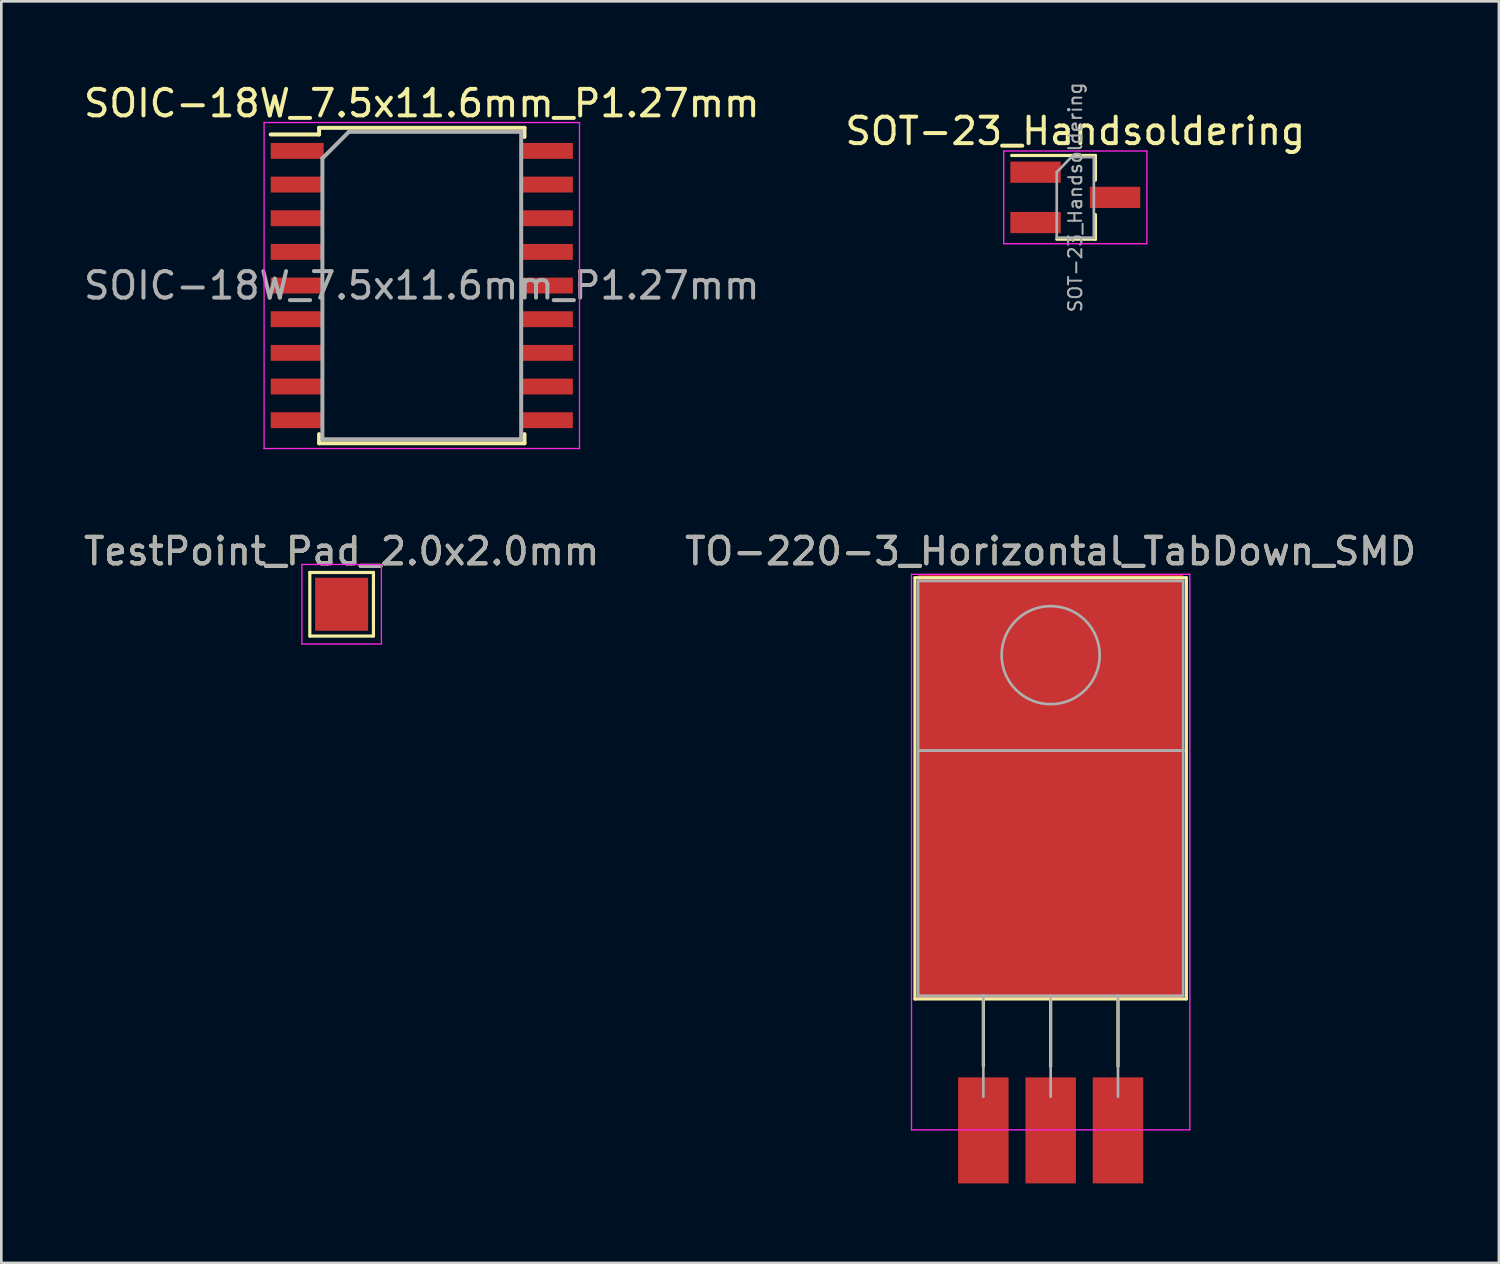
<source format=kicad_pcb>
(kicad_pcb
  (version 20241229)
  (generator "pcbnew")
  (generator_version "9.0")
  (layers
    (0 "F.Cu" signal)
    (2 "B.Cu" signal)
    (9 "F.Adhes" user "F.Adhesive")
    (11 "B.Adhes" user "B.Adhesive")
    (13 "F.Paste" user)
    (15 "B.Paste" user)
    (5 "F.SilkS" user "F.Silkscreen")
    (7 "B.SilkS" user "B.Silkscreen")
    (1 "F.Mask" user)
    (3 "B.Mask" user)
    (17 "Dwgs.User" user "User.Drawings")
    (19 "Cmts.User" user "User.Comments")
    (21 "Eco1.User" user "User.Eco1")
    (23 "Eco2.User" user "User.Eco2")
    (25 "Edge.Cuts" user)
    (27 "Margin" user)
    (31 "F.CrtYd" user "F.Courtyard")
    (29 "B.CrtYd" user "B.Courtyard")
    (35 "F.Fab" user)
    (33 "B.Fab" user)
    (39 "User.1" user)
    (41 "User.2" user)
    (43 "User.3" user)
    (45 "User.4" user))
  (footprint "TO-220-3_Horizontal_TabDown_SMD"
    (layer "F.Cu")
    (at 34.049 38.327)
    (property "Reference" "TO-220-3_Horizontal_TabDown_SMD" (at 2.54 -20.58 0) (layer "F.SilkS") (effects (font (size 1 1) (thickness 0.15))))
    (attr through_hole)
    (fp_line (start -2.58 -19.58) (end -2.58 -3.69) (stroke (width 0.12) (type solid)) (layer "F.SilkS"))
    (fp_line (start -2.58 -19.58) (end 7.66 -19.58) (stroke (width 0.12) (type solid)) (layer "F.SilkS"))
    (fp_line (start -2.58 -3.69) (end 7.66 -3.69) (stroke (width 0.12) (type solid)) (layer "F.SilkS"))
    (fp_line (start 0 -3.69) (end 0 -1.15) (stroke (width 0.12) (type solid)) (layer "F.SilkS"))
    (fp_line (start 2.54 -3.69) (end 2.54 -1.15) (stroke (width 0.12) (type solid)) (layer "F.SilkS"))
    (fp_line (start 5.08 -3.69) (end 5.08 -1.15) (stroke (width 0.12) (type solid)) (layer "F.SilkS"))
    (fp_line (start 7.66 -19.58) (end 7.66 -3.69) (stroke (width 0.12) (type solid)) (layer "F.SilkS"))
    (fp_line (start -2.71 -19.71) (end -2.71 1.25) (stroke (width 0.05) (type solid)) (layer "F.CrtYd"))
    (fp_line (start -2.71 1.25) (end 7.79 1.25) (stroke (width 0.05) (type solid)) (layer "F.CrtYd"))
    (fp_line (start 7.79 -19.71) (end -2.71 -19.71) (stroke (width 0.05) (type solid)) (layer "F.CrtYd"))
    (fp_line (start 7.79 1.25) (end 7.79 -19.71) (stroke (width 0.05) (type solid)) (layer "F.CrtYd"))
    (fp_line (start -2.46 -19.46) (end 7.54 -19.46) (stroke (width 0.1) (type solid)) (layer "F.Fab"))
    (fp_line (start -2.46 -13.06) (end -2.46 -19.46) (stroke (width 0.1) (type solid)) (layer "F.Fab"))
    (fp_line (start -2.46 -13.06) (end 7.54 -13.06) (stroke (width 0.1) (type solid)) (layer "F.Fab"))
    (fp_line (start -2.46 -3.81) (end -2.46 -13.06) (stroke (width 0.1) (type solid)) (layer "F.Fab"))
    (fp_line (start 0 -3.81) (end 0 0) (stroke (width 0.1) (type solid)) (layer "F.Fab"))
    (fp_line (start 2.54 -3.81) (end 2.54 0) (stroke (width 0.1) (type solid)) (layer "F.Fab"))
    (fp_line (start 5.08 -3.81) (end 5.08 0) (stroke (width 0.1) (type solid)) (layer "F.Fab"))
    (fp_line (start 7.54 -19.46) (end 7.54 -13.06) (stroke (width 0.1) (type solid)) (layer "F.Fab"))
    (fp_line (start 7.54 -13.06) (end -2.46 -13.06) (stroke (width 0.1) (type solid)) (layer "F.Fab"))
    (fp_line (start 7.54 -13.06) (end 7.54 -3.81) (stroke (width 0.1) (type solid)) (layer "F.Fab"))
    (fp_line (start 7.54 -3.81) (end -2.46 -3.81) (stroke (width 0.1) (type solid)) (layer "F.Fab"))
    (fp_circle (center 2.54 -16.66) (end 4.39 -16.66) (stroke (width 0.1) (type solid)) (fill no) (layer "F.Fab"))
    (fp_text user "${REFERENCE}" (at 2.54 -20.58 0) (layer "F.Fab") (effects (font (size 1 1) (thickness 0.15))))
    (pad "" smd rect (at 2.54 -11.684) (size 10 16) (layers "F.Cu" "F.Mask" "F.Paste"))
    (pad "1" smd rect (at 0 1.27) (size 1.905 4) (layers "F.Cu" "F.Mask" "F.Paste"))
    (pad "2" smd rect (at 2.54 1.27) (size 1.905 4) (layers "F.Cu" "F.Mask" "F.Paste"))
    (pad "3" smd rect (at 5.08 1.27) (size 1.905 4) (layers "F.Cu" "F.Mask" "F.Paste")))
  (footprint "SOT-23_Handsoldering"
    (layer "F.Cu")
    (at 37.518 4.396)
    (property "Reference" "SOT-23_Handsoldering" (at 0 -2.5 180) (layer "F.SilkS") (effects (font (size 1 1) (thickness 0.15))))
    (attr smd)
    (fp_line (start 0.76 -1.58) (end -2.4 -1.58) (stroke (width 0.12) (type solid)) (layer "F.SilkS"))
    (fp_line (start 0.76 -1.58) (end 0.76 -0.65) (stroke (width 0.12) (type solid)) (layer "F.SilkS"))
    (fp_line (start 0.76 1.58) (end -0.7 1.58) (stroke (width 0.12) (type solid)) (layer "F.SilkS"))
    (fp_line (start 0.76 1.58) (end 0.76 0.65) (stroke (width 0.12) (type solid)) (layer "F.SilkS"))
    (fp_line (start -2.7 -1.75) (end 2.7 -1.75) (stroke (width 0.05) (type solid)) (layer "F.CrtYd"))
    (fp_line (start -2.7 1.75) (end -2.7 -1.75) (stroke (width 0.05) (type solid)) (layer "F.CrtYd"))
    (fp_line (start 2.7 -1.75) (end 2.7 1.75) (stroke (width 0.05) (type solid)) (layer "F.CrtYd"))
    (fp_line (start 2.7 1.75) (end -2.7 1.75) (stroke (width 0.05) (type solid)) (layer "F.CrtYd"))
    (fp_line (start -0.7 -0.95) (end -0.7 1.5) (stroke (width 0.1) (type solid)) (layer "F.Fab"))
    (fp_line (start -0.7 -0.95) (end -0.15 -1.52) (stroke (width 0.1) (type solid)) (layer "F.Fab"))
    (fp_line (start -0.7 1.52) (end 0.7 1.52) (stroke (width 0.1) (type solid)) (layer "F.Fab"))
    (fp_line (start -0.15 -1.52) (end 0.7 -1.52) (stroke (width 0.1) (type solid)) (layer "F.Fab"))
    (fp_line (start 0.7 -1.52) (end 0.7 1.52) (stroke (width 0.1) (type solid)) (layer "F.Fab"))
    (fp_text user "${REFERENCE}" (at 0 0 90) (layer "F.Fab") (effects (font (size 0.5 0.5) (thickness 0.075))))
    (pad "1" smd rect (at -1.5 -0.95) (size 1.9 0.8) (layers "F.Cu" "F.Mask" "F.Paste"))
    (pad "2" smd rect (at -1.5 0.95) (size 1.9 0.8) (layers "F.Cu" "F.Mask" "F.Paste"))
    (pad "3" smd rect (at 1.5 0) (size 1.9 0.8) (layers "F.Cu" "F.Mask" "F.Paste")))
  (footprint "TestPoint_Pad_2.0x2.0mm"
    (layer "F.Cu")
    (at 9.839 19.747)
    (property "Reference" "TestPoint_Pad_2.0x2.0mm" (at 0 -1.998 0) (layer "F.SilkS") (effects (font (size 1 1) (thickness 0.15))))
    (attr exclude_from_pos_files exclude_from_bom)
    (fp_line (start -1.2 -1.2) (end 1.2 -1.2) (stroke (width 0.12) (type solid)) (layer "F.SilkS"))
    (fp_line (start -1.2 1.2) (end -1.2 -1.2) (stroke (width 0.12) (type solid)) (layer "F.SilkS"))
    (fp_line (start 1.2 -1.2) (end 1.2 1.2) (stroke (width 0.12) (type solid)) (layer "F.SilkS"))
    (fp_line (start 1.2 1.2) (end -1.2 1.2) (stroke (width 0.12) (type solid)) (layer "F.SilkS"))
    (fp_line (start -1.5 -1.5) (end -1.5 1.5) (stroke (width 0.05) (type solid)) (layer "F.CrtYd"))
    (fp_line (start -1.5 -1.5) (end 1.5 -1.5) (stroke (width 0.05) (type solid)) (layer "F.CrtYd"))
    (fp_line (start 1.5 1.5) (end -1.5 1.5) (stroke (width 0.05) (type solid)) (layer "F.CrtYd"))
    (fp_line (start 1.5 1.5) (end 1.5 -1.5) (stroke (width 0.05) (type solid)) (layer "F.CrtYd"))
    (fp_text user "${REFERENCE}" (at 0 -2 0) (layer "F.Fab") (effects (font (size 1 1) (thickness 0.15))))
    (pad "1" smd rect (at 0 0) (size 2 2) (layers "F.Cu" "F.Mask")))
  (footprint "SOIC-18W_7.5x11.6mm_P1.27mm"
    (layer "F.Cu")
    (at 12.863 7.723)
    (property "Reference" "SOIC-18W_7.5x11.6mm_P1.27mm" (at 0 -6.875 0) (layer "F.SilkS") (effects (font (size 1 1) (thickness 0.15))))
    (attr smd)
    (fp_line (start -3.875 -5.95) (end -3.875 -5.7) (stroke (width 0.15) (type solid)) (layer "F.SilkS"))
    (fp_line (start -3.875 -5.95) (end 3.875 -5.95) (stroke (width 0.15) (type solid)) (layer "F.SilkS"))
    (fp_line (start -3.875 -5.7) (end -5.7 -5.7) (stroke (width 0.15) (type solid)) (layer "F.SilkS"))
    (fp_line (start -3.875 5.95) (end -3.875 5.605) (stroke (width 0.15) (type solid)) (layer "F.SilkS"))
    (fp_line (start -3.875 5.95) (end 3.875 5.95) (stroke (width 0.15) (type solid)) (layer "F.SilkS"))
    (fp_line (start 3.875 -5.95) (end 3.875 -5.605) (stroke (width 0.15) (type solid)) (layer "F.SilkS"))
    (fp_line (start 3.875 5.95) (end 3.875 5.605) (stroke (width 0.15) (type solid)) (layer "F.SilkS"))
    (fp_line (start -5.95 -6.15) (end -5.95 6.15) (stroke (width 0.05) (type solid)) (layer "F.CrtYd"))
    (fp_line (start -5.95 -6.15) (end 5.95 -6.15) (stroke (width 0.05) (type solid)) (layer "F.CrtYd"))
    (fp_line (start -5.95 6.15) (end 5.95 6.15) (stroke (width 0.05) (type solid)) (layer "F.CrtYd"))
    (fp_line (start 5.95 -6.15) (end 5.95 6.15) (stroke (width 0.05) (type solid)) (layer "F.CrtYd"))
    (fp_line (start -3.75 -4.8) (end -2.75 -5.8) (stroke (width 0.15) (type solid)) (layer "F.Fab"))
    (fp_line (start -3.75 5.8) (end -3.75 -4.8) (stroke (width 0.15) (type solid)) (layer "F.Fab"))
    (fp_line (start -2.75 -5.8) (end 3.75 -5.8) (stroke (width 0.15) (type solid)) (layer "F.Fab"))
    (fp_line (start 3.75 -5.8) (end 3.75 5.8) (stroke (width 0.15) (type solid)) (layer "F.Fab"))
    (fp_line (start 3.75 5.8) (end -3.75 5.8) (stroke (width 0.15) (type solid)) (layer "F.Fab"))
    (fp_text user "${REFERENCE}" (at 0 0 0) (layer "F.Fab") (effects (font (size 1 1) (thickness 0.15))))
    (pad "1" smd rect (at -4.7 -5.08) (size 2 0.6) (layers "F.Cu" "F.Mask" "F.Paste"))
    (pad "2" smd rect (at -4.7 -3.81) (size 2 0.6) (layers "F.Cu" "F.Mask" "F.Paste"))
    (pad "3" smd rect (at -4.7 -2.54) (size 2 0.6) (layers "F.Cu" "F.Mask" "F.Paste"))
    (pad "4" smd rect (at -4.7 -1.27) (size 2 0.6) (layers "F.Cu" "F.Mask" "F.Paste"))
    (pad "5" smd rect (at -4.7 0) (size 2 0.6) (layers "F.Cu" "F.Mask" "F.Paste"))
    (pad "6" smd rect (at -4.7 1.27) (size 2 0.6) (layers "F.Cu" "F.Mask" "F.Paste"))
    (pad "7" smd rect (at -4.7 2.54) (size 2 0.6) (layers "F.Cu" "F.Mask" "F.Paste"))
    (pad "8" smd rect (at -4.7 3.81) (size 2 0.6) (layers "F.Cu" "F.Mask" "F.Paste"))
    (pad "9" smd rect (at -4.7 5.08) (size 2 0.6) (layers "F.Cu" "F.Mask" "F.Paste"))
    (pad "10" smd rect (at 4.7 5.08) (size 2 0.6) (layers "F.Cu" "F.Mask" "F.Paste"))
    (pad "11" smd rect (at 4.7 3.81) (size 2 0.6) (layers "F.Cu" "F.Mask" "F.Paste"))
    (pad "12" smd rect (at 4.7 2.54) (size 2 0.6) (layers "F.Cu" "F.Mask" "F.Paste"))
    (pad "13" smd rect (at 4.7 1.27) (size 2 0.6) (layers "F.Cu" "F.Mask" "F.Paste"))
    (pad "14" smd rect (at 4.7 0) (size 2 0.6) (layers "F.Cu" "F.Mask" "F.Paste"))
    (pad "15" smd rect (at 4.7 -1.27) (size 2 0.6) (layers "F.Cu" "F.Mask" "F.Paste"))
    (pad "16" smd rect (at 4.7 -2.54) (size 2 0.6) (layers "F.Cu" "F.Mask" "F.Paste"))
    (pad "17" smd rect (at 4.7 -3.81) (size 2 0.6) (layers "F.Cu" "F.Mask" "F.Paste"))
    (pad "18" smd rect (at 4.7 -5.08) (size 2 0.6) (layers "F.Cu" "F.Mask" "F.Paste")))
  (gr_rect
    (start -3 -3)
    (end 53.5 44.596)
    (stroke (width 0.1) (type default))
    (fill no)
    (layer "Edge.Cuts")))
</source>
